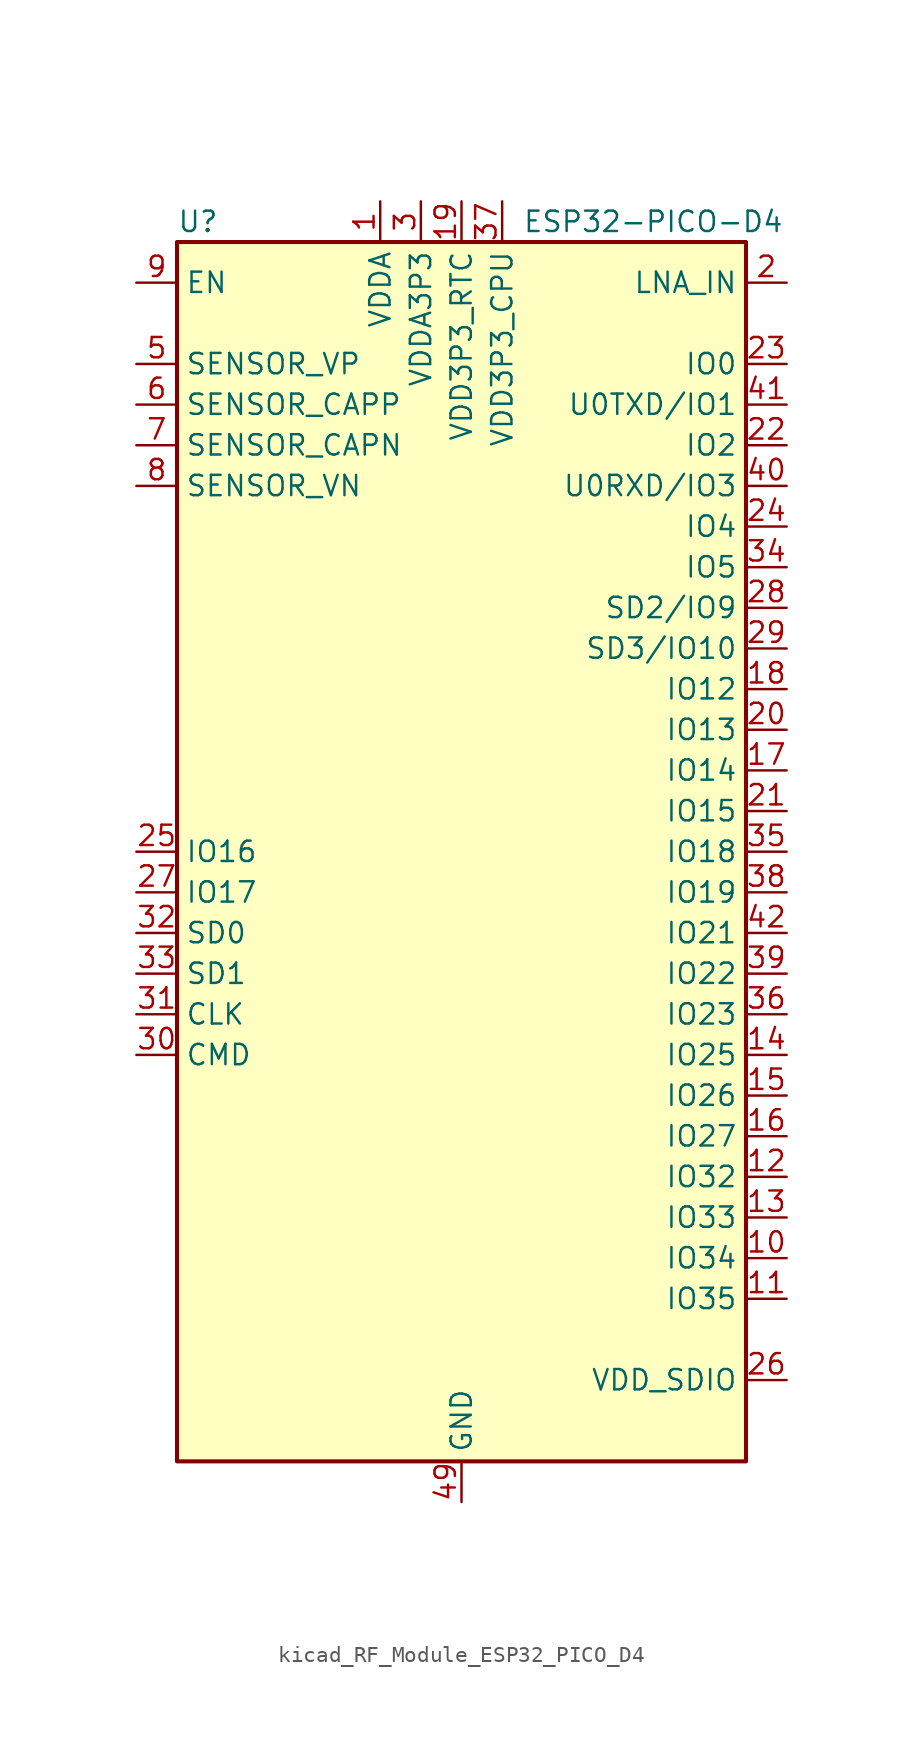
<source format=kicad_sym>
(kicad_symbol_lib
  (version 20220914)
  (generator kicad_symbol_editor)
  (symbol "kicad_RF_Module_ESP32_PICO_D4"
    (property "Reference" "U"
      (at -17.78 39.37 0)
      (effects (font (size 1.27 1.27)) (justify left)))
    (property "Value" "ESP32-PICO-D4"
      (at 3.81 39.37 0)
      (effects (font (size 1.27 1.27)) (justify left)))
    (symbol "kicad_RF_Module_ESP32_PICO_D4_0_0"
      (pin power_in line (at -5.08 40.64 270) (length 2.54) (name "VDDA" (effects (font (size 1.27 1.27)))) (number "1" (effects (font (size 1.27 1.27)))))
      (pin input line (at 20.32 -25.4 180) (length 2.54) (name "IO34" (effects (font (size 1.27 1.27)))) (number "10" (effects (font (size 1.27 1.27)))))
      (pin input line (at 20.32 -27.94 180) (length 2.54) (name "IO35" (effects (font (size 1.27 1.27)))) (number "11" (effects (font (size 1.27 1.27)))))
      (pin bidirectional line (at 20.32 -20.32 180) (length 2.54) (name "IO32" (effects (font (size 1.27 1.27)))) (number "12" (effects (font (size 1.27 1.27)))))
      (pin bidirectional line (at 20.32 -22.86 180) (length 2.54) (name "IO33" (effects (font (size 1.27 1.27)))) (number "13" (effects (font (size 1.27 1.27)))))
      (pin bidirectional line (at 20.32 -12.7 180) (length 2.54) (name "IO25" (effects (font (size 1.27 1.27)))) (number "14" (effects (font (size 1.27 1.27)))))
      (pin bidirectional line (at 20.32 -15.24 180) (length 2.54) (name "IO26" (effects (font (size 1.27 1.27)))) (number "15" (effects (font (size 1.27 1.27)))))
      (pin bidirectional line (at 20.32 -17.78 180) (length 2.54) (name "IO27" (effects (font (size 1.27 1.27)))) (number "16" (effects (font (size 1.27 1.27)))))
      (pin bidirectional line (at 20.32 5.08 180) (length 2.54) (name "IO14" (effects (font (size 1.27 1.27)))) (number "17" (effects (font (size 1.27 1.27)))))
      (pin bidirectional line (at 20.32 10.16 180) (length 2.54) (name "IO12" (effects (font (size 1.27 1.27)))) (number "18" (effects (font (size 1.27 1.27)))))
      (pin power_in line (at 0 40.64 270) (length 2.54) (name "VDD3P3_RTC" (effects (font (size 1.27 1.27)))) (number "19" (effects (font (size 1.27 1.27)))))
      (pin bidirectional line (at 20.32 35.56 180) (length 2.54) (name "LNA_IN" (effects (font (size 1.27 1.27)))) (number "2" (effects (font (size 1.27 1.27)))))
      (pin bidirectional line (at 20.32 7.62 180) (length 2.54) (name "IO13" (effects (font (size 1.27 1.27)))) (number "20" (effects (font (size 1.27 1.27)))))
      (pin bidirectional line (at 20.32 2.54 180) (length 2.54) (name "IO15" (effects (font (size 1.27 1.27)))) (number "21" (effects (font (size 1.27 1.27)))))
      (pin bidirectional line (at 20.32 25.4 180) (length 2.54) (name "IO2" (effects (font (size 1.27 1.27)))) (number "22" (effects (font (size 1.27 1.27)))))
      (pin bidirectional line (at 20.32 30.48 180) (length 2.54) (name "IO0" (effects (font (size 1.27 1.27)))) (number "23" (effects (font (size 1.27 1.27)))))
      (pin bidirectional line (at 20.32 20.32 180) (length 2.54) (name "IO4" (effects (font (size 1.27 1.27)))) (number "24" (effects (font (size 1.27 1.27)))))
      (pin bidirectional line (at -20.32 0 0) (length 2.54) (name "IO16" (effects (font (size 1.27 1.27)))) (number "25" (effects (font (size 1.27 1.27)))))
      (pin power_out line (at 20.32 -33.02 180) (length 2.54) (name "VDD_SDIO" (effects (font (size 1.27 1.27)))) (number "26" (effects (font (size 1.27 1.27)))))
      (pin bidirectional line (at -20.32 -2.54 0) (length 2.54) (name "IO17" (effects (font (size 1.27 1.27)))) (number "27" (effects (font (size 1.27 1.27)))))
      (pin bidirectional line (at 20.32 15.24 180) (length 2.54) (name "SD2/IO9" (effects (font (size 1.27 1.27)))) (number "28" (effects (font (size 1.27 1.27)))))
      (pin bidirectional line (at 20.32 12.7 180) (length 2.54) (name "SD3/IO10" (effects (font (size 1.27 1.27)))) (number "29" (effects (font (size 1.27 1.27)))))
      (pin power_in line (at -2.54 40.64 270) (length 2.54) (name "VDDA3P3" (effects (font (size 1.27 1.27)))) (number "3" (effects (font (size 1.27 1.27)))))
      (pin bidirectional line (at -20.32 -12.7 0) (length 2.54) (name "CMD" (effects (font (size 1.27 1.27)))) (number "30" (effects (font (size 1.27 1.27)))))
      (pin bidirectional line (at -20.32 -10.16 0) (length 2.54) (name "CLK" (effects (font (size 1.27 1.27)))) (number "31" (effects (font (size 1.27 1.27)))))
      (pin bidirectional line (at -20.32 -5.08 0) (length 2.54) (name "SD0" (effects (font (size 1.27 1.27)))) (number "32" (effects (font (size 1.27 1.27)))))
      (pin bidirectional line (at -20.32 -7.62 0) (length 2.54) (name "SD1" (effects (font (size 1.27 1.27)))) (number "33" (effects (font (size 1.27 1.27)))))
      (pin bidirectional line (at 20.32 17.78 180) (length 2.54) (name "IO5" (effects (font (size 1.27 1.27)))) (number "34" (effects (font (size 1.27 1.27)))))
      (pin bidirectional line (at 20.32 0 180) (length 2.54) (name "IO18" (effects (font (size 1.27 1.27)))) (number "35" (effects (font (size 1.27 1.27)))))
      (pin bidirectional line (at 20.32 -10.16 180) (length 2.54) (name "IO23" (effects (font (size 1.27 1.27)))) (number "36" (effects (font (size 1.27 1.27)))))
      (pin power_in line (at 2.54 40.64 270) (length 2.54) (name "VDD3P3_CPU" (effects (font (size 1.27 1.27)))) (number "37" (effects (font (size 1.27 1.27)))))
      (pin bidirectional line (at 20.32 -2.54 180) (length 2.54) (name "IO19" (effects (font (size 1.27 1.27)))) (number "38" (effects (font (size 1.27 1.27)))))
      (pin bidirectional line (at 20.32 -7.62 180) (length 2.54) (name "IO22" (effects (font (size 1.27 1.27)))) (number "39" (effects (font (size 1.27 1.27)))))
      (pin passive line (at -2.54 40.64 270) (length 2.54) hide (name "VDDA3P3" (effects (font (size 1.27 1.27)))) (number "4" (effects (font (size 1.27 1.27)))))
      (pin bidirectional line (at 20.32 22.86 180) (length 2.54) (name "U0RXD/IO3" (effects (font (size 1.27 1.27)))) (number "40" (effects (font (size 1.27 1.27)))))
      (pin bidirectional line (at 20.32 27.94 180) (length 2.54) (name "U0TXD/IO1" (effects (font (size 1.27 1.27)))) (number "41" (effects (font (size 1.27 1.27)))))
      (pin bidirectional line (at 20.32 -5.08 180) (length 2.54) (name "IO21" (effects (font (size 1.27 1.27)))) (number "42" (effects (font (size 1.27 1.27)))))
      (pin passive line (at -5.08 40.64 270) (length 2.54) hide (name "VDDA" (effects (font (size 1.27 1.27)))) (number "43" (effects (font (size 1.27 1.27)))))
      (pin no_connect line (at -17.78 -25.4 0) (length 2.54) hide (name "XTAL_N_NC" (effects (font (size 1.27 1.27)))) (number "44" (effects (font (size 1.27 1.27)))))
      (pin no_connect line (at -17.78 -27.94 0) (length 2.54) hide (name "XTAL_P_NC" (effects (font (size 1.27 1.27)))) (number "45" (effects (font (size 1.27 1.27)))))
      (pin passive line (at -5.08 40.64 270) (length 2.54) hide (name "VDDA" (effects (font (size 1.27 1.27)))) (number "46" (effects (font (size 1.27 1.27)))))
      (pin no_connect line (at -17.78 -30.48 0) (length 2.54) hide (name "CAP2_NC" (effects (font (size 1.27 1.27)))) (number "47" (effects (font (size 1.27 1.27)))))
      (pin no_connect line (at -17.78 -33.02 0) (length 2.54) hide (name "CAP1_NC" (effects (font (size 1.27 1.27)))) (number "48" (effects (font (size 1.27 1.27)))))
      (pin power_in line (at 0 -40.64 90) (length 2.54) (name "GND" (effects (font (size 1.27 1.27)))) (number "49" (effects (font (size 1.27 1.27)))))
      (pin input line (at -20.32 30.48 0) (length 2.54) (name "SENSOR_VP" (effects (font (size 1.27 1.27)))) (number "5" (effects (font (size 1.27 1.27)))))
      (pin input line (at -20.32 27.94 0) (length 2.54) (name "SENSOR_CAPP" (effects (font (size 1.27 1.27)))) (number "6" (effects (font (size 1.27 1.27)))))
      (pin input line (at -20.32 25.4 0) (length 2.54) (name "SENSOR_CAPN" (effects (font (size 1.27 1.27)))) (number "7" (effects (font (size 1.27 1.27)))))
      (pin input line (at -20.32 22.86 0) (length 2.54) (name "SENSOR_VN" (effects (font (size 1.27 1.27)))) (number "8" (effects (font (size 1.27 1.27)))))
      (pin input line (at -20.32 35.56 0) (length 2.54) (name "EN" (effects (font (size 1.27 1.27)))) (number "9" (effects (font (size 1.27 1.27))))))
    (symbol "kicad_RF_Module_ESP32_PICO_D4_0_1"
      (rectangle (start -17.78 38.1) (end 17.78 -38.1) (stroke (width 0.254) (type default)) (fill (type background))))))
</source>
